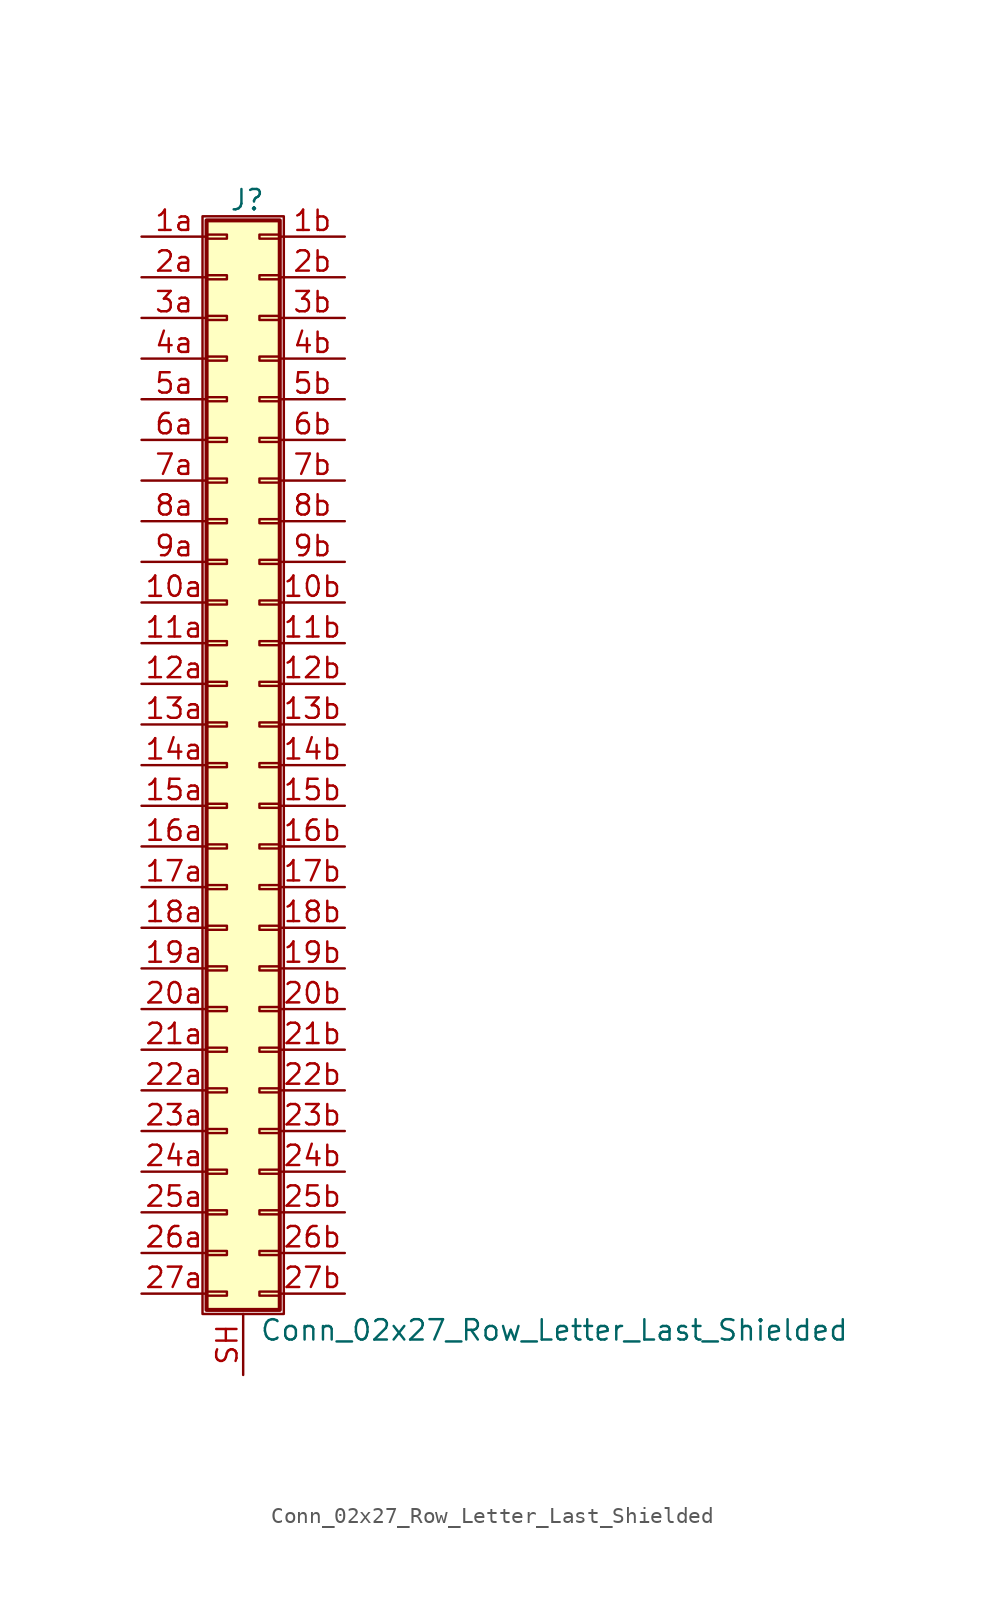
<source format=kicad_sym>
(kicad_symbol_lib
  (version 20211014)
  (generator kicad_symbol_editor)
  (symbol "Conn_02x27_Row_Letter_Last_Shielded"
    (pin_names
      (offset 1.016) hide)
    (property "Reference" "J"
      (at 1.524 35.306 0)
      (effects (font (size 1.27 1.27))))
    (property "Value" "Conn_02x27_Row_Letter_Last_Shielded"
      (at 2.286 -35.306 0)
      (effects (font (size 1.27 1.27)) (justify left)))
    (symbol "Conn_02x27_Row_Letter_Last_Shielded_1_1"
      (rectangle (start -1.27 34.29) (end 3.81 -34.29) (stroke (width 0.152) (type default) (color 0 0 0 0)) (fill (type none)))
      (rectangle (start -1.016 -32.893) (end 0.254 -33.147) (stroke (width 0.152) (type default) (color 0 0 0 0)) (fill (type none)))
      (rectangle (start -1.016 -30.353) (end 0.254 -30.607) (stroke (width 0.152) (type default) (color 0 0 0 0)) (fill (type none)))
      (rectangle (start -1.016 -27.813) (end 0.254 -28.067) (stroke (width 0.152) (type default) (color 0 0 0 0)) (fill (type none)))
      (rectangle (start -1.016 -25.273) (end 0.254 -25.527) (stroke (width 0.152) (type default) (color 0 0 0 0)) (fill (type none)))
      (rectangle (start -1.016 -22.733) (end 0.254 -22.987) (stroke (width 0.152) (type default) (color 0 0 0 0)) (fill (type none)))
      (rectangle (start -1.016 -20.193) (end 0.254 -20.447) (stroke (width 0.152) (type default) (color 0 0 0 0)) (fill (type none)))
      (rectangle (start -1.016 -17.653) (end 0.254 -17.907) (stroke (width 0.152) (type default) (color 0 0 0 0)) (fill (type none)))
      (rectangle (start -1.016 -15.113) (end 0.254 -15.367) (stroke (width 0.152) (type default) (color 0 0 0 0)) (fill (type none)))
      (rectangle (start -1.016 -12.573) (end 0.254 -12.827) (stroke (width 0.152) (type default) (color 0 0 0 0)) (fill (type none)))
      (rectangle (start -1.016 -10.033) (end 0.254 -10.287) (stroke (width 0.152) (type default) (color 0 0 0 0)) (fill (type none)))
      (rectangle (start -1.016 -7.493) (end 0.254 -7.747) (stroke (width 0.152) (type default) (color 0 0 0 0)) (fill (type none)))
      (rectangle (start -1.016 -4.953) (end 0.254 -5.207) (stroke (width 0.152) (type default) (color 0 0 0 0)) (fill (type none)))
      (rectangle (start -1.016 -2.413) (end 0.254 -2.667) (stroke (width 0.152) (type default) (color 0 0 0 0)) (fill (type none)))
      (rectangle (start -1.016 0.127) (end 0.254 -0.127) (stroke (width 0.152) (type default) (color 0 0 0 0)) (fill (type none)))
      (rectangle (start -1.016 2.667) (end 0.254 2.413) (stroke (width 0.152) (type default) (color 0 0 0 0)) (fill (type none)))
      (rectangle (start -1.016 5.207) (end 0.254 4.953) (stroke (width 0.152) (type default) (color 0 0 0 0)) (fill (type none)))
      (rectangle (start -1.016 7.747) (end 0.254 7.493) (stroke (width 0.152) (type default) (color 0 0 0 0)) (fill (type none)))
      (rectangle (start -1.016 10.287) (end 0.254 10.033) (stroke (width 0.152) (type default) (color 0 0 0 0)) (fill (type none)))
      (rectangle (start -1.016 12.827) (end 0.254 12.573) (stroke (width 0.152) (type default) (color 0 0 0 0)) (fill (type none)))
      (rectangle (start -1.016 15.367) (end 0.254 15.113) (stroke (width 0.152) (type default) (color 0 0 0 0)) (fill (type none)))
      (rectangle (start -1.016 17.907) (end 0.254 17.653) (stroke (width 0.152) (type default) (color 0 0 0 0)) (fill (type none)))
      (rectangle (start -1.016 20.447) (end 0.254 20.193) (stroke (width 0.152) (type default) (color 0 0 0 0)) (fill (type none)))
      (rectangle (start -1.016 22.987) (end 0.254 22.733) (stroke (width 0.152) (type default) (color 0 0 0 0)) (fill (type none)))
      (rectangle (start -1.016 25.527) (end 0.254 25.273) (stroke (width 0.152) (type default) (color 0 0 0 0)) (fill (type none)))
      (rectangle (start -1.016 28.067) (end 0.254 27.813) (stroke (width 0.152) (type default) (color 0 0 0 0)) (fill (type none)))
      (rectangle (start -1.016 30.607) (end 0.254 30.353) (stroke (width 0.152) (type default) (color 0 0 0 0)) (fill (type none)))
      (rectangle (start -1.016 33.147) (end 0.254 32.893) (stroke (width 0.152) (type default) (color 0 0 0 0)) (fill (type none)))
      (rectangle (start -1.016 34.036) (end 3.556 -34.036) (stroke (width 0.254) (type default) (color 0 0 0 0)) (fill (type background)))
      (rectangle (start 3.556 -32.893) (end 2.286 -33.147) (stroke (width 0.152) (type default) (color 0 0 0 0)) (fill (type none)))
      (rectangle (start 3.556 -30.353) (end 2.286 -30.607) (stroke (width 0.152) (type default) (color 0 0 0 0)) (fill (type none)))
      (rectangle (start 3.556 -27.813) (end 2.286 -28.067) (stroke (width 0.152) (type default) (color 0 0 0 0)) (fill (type none)))
      (rectangle (start 3.556 -25.273) (end 2.286 -25.527) (stroke (width 0.152) (type default) (color 0 0 0 0)) (fill (type none)))
      (rectangle (start 3.556 -22.733) (end 2.286 -22.987) (stroke (width 0.152) (type default) (color 0 0 0 0)) (fill (type none)))
      (rectangle (start 3.556 -20.193) (end 2.286 -20.447) (stroke (width 0.152) (type default) (color 0 0 0 0)) (fill (type none)))
      (rectangle (start 3.556 -17.653) (end 2.286 -17.907) (stroke (width 0.152) (type default) (color 0 0 0 0)) (fill (type none)))
      (rectangle (start 3.556 -15.113) (end 2.286 -15.367) (stroke (width 0.152) (type default) (color 0 0 0 0)) (fill (type none)))
      (rectangle (start 3.556 -12.573) (end 2.286 -12.827) (stroke (width 0.152) (type default) (color 0 0 0 0)) (fill (type none)))
      (rectangle (start 3.556 -10.033) (end 2.286 -10.287) (stroke (width 0.152) (type default) (color 0 0 0 0)) (fill (type none)))
      (rectangle (start 3.556 -7.493) (end 2.286 -7.747) (stroke (width 0.152) (type default) (color 0 0 0 0)) (fill (type none)))
      (rectangle (start 3.556 -4.953) (end 2.286 -5.207) (stroke (width 0.152) (type default) (color 0 0 0 0)) (fill (type none)))
      (rectangle (start 3.556 -2.413) (end 2.286 -2.667) (stroke (width 0.152) (type default) (color 0 0 0 0)) (fill (type none)))
      (rectangle (start 3.556 0.127) (end 2.286 -0.127) (stroke (width 0.152) (type default) (color 0 0 0 0)) (fill (type none)))
      (rectangle (start 3.556 2.667) (end 2.286 2.413) (stroke (width 0.152) (type default) (color 0 0 0 0)) (fill (type none)))
      (rectangle (start 3.556 5.207) (end 2.286 4.953) (stroke (width 0.152) (type default) (color 0 0 0 0)) (fill (type none)))
      (rectangle (start 3.556 7.747) (end 2.286 7.493) (stroke (width 0.152) (type default) (color 0 0 0 0)) (fill (type none)))
      (rectangle (start 3.556 10.287) (end 2.286 10.033) (stroke (width 0.152) (type default) (color 0 0 0 0)) (fill (type none)))
      (rectangle (start 3.556 12.827) (end 2.286 12.573) (stroke (width 0.152) (type default) (color 0 0 0 0)) (fill (type none)))
      (rectangle (start 3.556 15.367) (end 2.286 15.113) (stroke (width 0.152) (type default) (color 0 0 0 0)) (fill (type none)))
      (rectangle (start 3.556 17.907) (end 2.286 17.653) (stroke (width 0.152) (type default) (color 0 0 0 0)) (fill (type none)))
      (rectangle (start 3.556 20.447) (end 2.286 20.193) (stroke (width 0.152) (type default) (color 0 0 0 0)) (fill (type none)))
      (rectangle (start 3.556 22.987) (end 2.286 22.733) (stroke (width 0.152) (type default) (color 0 0 0 0)) (fill (type none)))
      (rectangle (start 3.556 25.527) (end 2.286 25.273) (stroke (width 0.152) (type default) (color 0 0 0 0)) (fill (type none)))
      (rectangle (start 3.556 28.067) (end 2.286 27.813) (stroke (width 0.152) (type default) (color 0 0 0 0)) (fill (type none)))
      (rectangle (start 3.556 30.607) (end 2.286 30.353) (stroke (width 0.152) (type default) (color 0 0 0 0)) (fill (type none)))
      (rectangle (start 3.556 33.147) (end 2.286 32.893) (stroke (width 0.152) (type default) (color 0 0 0 0)) (fill (type none)))
      (pin passive line (at -5.08 10.16 0) (length 4.064) (name "Pin_10a" (effects (font (size 1.27 1.27)))) (number "10a" (effects (font (size 1.27 1.27)))))
      (pin passive line (at 7.62 10.16 180) (length 4.064) (name "Pin_10b" (effects (font (size 1.27 1.27)))) (number "10b" (effects (font (size 1.27 1.27)))))
      (pin passive line (at -5.08 7.62 0) (length 4.064) (name "Pin_11a" (effects (font (size 1.27 1.27)))) (number "11a" (effects (font (size 1.27 1.27)))))
      (pin passive line (at 7.62 7.62 180) (length 4.064) (name "Pin_11b" (effects (font (size 1.27 1.27)))) (number "11b" (effects (font (size 1.27 1.27)))))
      (pin passive line (at -5.08 5.08 0) (length 4.064) (name "Pin_12a" (effects (font (size 1.27 1.27)))) (number "12a" (effects (font (size 1.27 1.27)))))
      (pin passive line (at 7.62 5.08 180) (length 4.064) (name "Pin_12b" (effects (font (size 1.27 1.27)))) (number "12b" (effects (font (size 1.27 1.27)))))
      (pin passive line (at -5.08 2.54 0) (length 4.064) (name "Pin_13a" (effects (font (size 1.27 1.27)))) (number "13a" (effects (font (size 1.27 1.27)))))
      (pin passive line (at 7.62 2.54 180) (length 4.064) (name "Pin_13b" (effects (font (size 1.27 1.27)))) (number "13b" (effects (font (size 1.27 1.27)))))
      (pin passive line (at -5.08 0 0) (length 4.064) (name "Pin_14a" (effects (font (size 1.27 1.27)))) (number "14a" (effects (font (size 1.27 1.27)))))
      (pin passive line (at 7.62 0 180) (length 4.064) (name "Pin_14b" (effects (font (size 1.27 1.27)))) (number "14b" (effects (font (size 1.27 1.27)))))
      (pin passive line (at -5.08 -2.54 0) (length 4.064) (name "Pin_15a" (effects (font (size 1.27 1.27)))) (number "15a" (effects (font (size 1.27 1.27)))))
      (pin passive line (at 7.62 -2.54 180) (length 4.064) (name "Pin_15b" (effects (font (size 1.27 1.27)))) (number "15b" (effects (font (size 1.27 1.27)))))
      (pin passive line (at -5.08 -5.08 0) (length 4.064) (name "Pin_16a" (effects (font (size 1.27 1.27)))) (number "16a" (effects (font (size 1.27 1.27)))))
      (pin passive line (at 7.62 -5.08 180) (length 4.064) (name "Pin_16b" (effects (font (size 1.27 1.27)))) (number "16b" (effects (font (size 1.27 1.27)))))
      (pin passive line (at -5.08 -7.62 0) (length 4.064) (name "Pin_17a" (effects (font (size 1.27 1.27)))) (number "17a" (effects (font (size 1.27 1.27)))))
      (pin passive line (at 7.62 -7.62 180) (length 4.064) (name "Pin_17b" (effects (font (size 1.27 1.27)))) (number "17b" (effects (font (size 1.27 1.27)))))
      (pin passive line (at -5.08 -10.16 0) (length 4.064) (name "Pin_18a" (effects (font (size 1.27 1.27)))) (number "18a" (effects (font (size 1.27 1.27)))))
      (pin passive line (at 7.62 -10.16 180) (length 4.064) (name "Pin_18b" (effects (font (size 1.27 1.27)))) (number "18b" (effects (font (size 1.27 1.27)))))
      (pin passive line (at -5.08 -12.7 0) (length 4.064) (name "Pin_19a" (effects (font (size 1.27 1.27)))) (number "19a" (effects (font (size 1.27 1.27)))))
      (pin passive line (at 7.62 -12.7 180) (length 4.064) (name "Pin_19b" (effects (font (size 1.27 1.27)))) (number "19b" (effects (font (size 1.27 1.27)))))
      (pin passive line (at -5.08 33.02 0) (length 4.064) (name "Pin_1a" (effects (font (size 1.27 1.27)))) (number "1a" (effects (font (size 1.27 1.27)))))
      (pin passive line (at 7.62 33.02 180) (length 4.064) (name "Pin_1b" (effects (font (size 1.27 1.27)))) (number "1b" (effects (font (size 1.27 1.27)))))
      (pin passive line (at -5.08 -15.24 0) (length 4.064) (name "Pin_20a" (effects (font (size 1.27 1.27)))) (number "20a" (effects (font (size 1.27 1.27)))))
      (pin passive line (at 7.62 -15.24 180) (length 4.064) (name "Pin_20b" (effects (font (size 1.27 1.27)))) (number "20b" (effects (font (size 1.27 1.27)))))
      (pin passive line (at -5.08 -17.78 0) (length 4.064) (name "Pin_21a" (effects (font (size 1.27 1.27)))) (number "21a" (effects (font (size 1.27 1.27)))))
      (pin passive line (at 7.62 -17.78 180) (length 4.064) (name "Pin_21b" (effects (font (size 1.27 1.27)))) (number "21b" (effects (font (size 1.27 1.27)))))
      (pin passive line (at -5.08 -20.32 0) (length 4.064) (name "Pin_22a" (effects (font (size 1.27 1.27)))) (number "22a" (effects (font (size 1.27 1.27)))))
      (pin passive line (at 7.62 -20.32 180) (length 4.064) (name "Pin_22b" (effects (font (size 1.27 1.27)))) (number "22b" (effects (font (size 1.27 1.27)))))
      (pin passive line (at -5.08 -22.86 0) (length 4.064) (name "Pin_23a" (effects (font (size 1.27 1.27)))) (number "23a" (effects (font (size 1.27 1.27)))))
      (pin passive line (at 7.62 -22.86 180) (length 4.064) (name "Pin_23b" (effects (font (size 1.27 1.27)))) (number "23b" (effects (font (size 1.27 1.27)))))
      (pin passive line (at -5.08 -25.4 0) (length 4.064) (name "Pin_24a" (effects (font (size 1.27 1.27)))) (number "24a" (effects (font (size 1.27 1.27)))))
      (pin passive line (at 7.62 -25.4 180) (length 4.064) (name "Pin_24b" (effects (font (size 1.27 1.27)))) (number "24b" (effects (font (size 1.27 1.27)))))
      (pin passive line (at -5.08 -27.94 0) (length 4.064) (name "Pin_25a" (effects (font (size 1.27 1.27)))) (number "25a" (effects (font (size 1.27 1.27)))))
      (pin passive line (at 7.62 -27.94 180) (length 4.064) (name "Pin_25b" (effects (font (size 1.27 1.27)))) (number "25b" (effects (font (size 1.27 1.27)))))
      (pin passive line (at -5.08 -30.48 0) (length 4.064) (name "Pin_26a" (effects (font (size 1.27 1.27)))) (number "26a" (effects (font (size 1.27 1.27)))))
      (pin passive line (at 7.62 -30.48 180) (length 4.064) (name "Pin_26b" (effects (font (size 1.27 1.27)))) (number "26b" (effects (font (size 1.27 1.27)))))
      (pin passive line (at -5.08 -33.02 0) (length 4.064) (name "Pin_27a" (effects (font (size 1.27 1.27)))) (number "27a" (effects (font (size 1.27 1.27)))))
      (pin passive line (at 7.62 -33.02 180) (length 4.064) (name "Pin_27b" (effects (font (size 1.27 1.27)))) (number "27b" (effects (font (size 1.27 1.27)))))
      (pin passive line (at -5.08 30.48 0) (length 4.064) (name "Pin_2a" (effects (font (size 1.27 1.27)))) (number "2a" (effects (font (size 1.27 1.27)))))
      (pin passive line (at 7.62 30.48 180) (length 4.064) (name "Pin_2b" (effects (font (size 1.27 1.27)))) (number "2b" (effects (font (size 1.27 1.27)))))
      (pin passive line (at -5.08 27.94 0) (length 4.064) (name "Pin_3a" (effects (font (size 1.27 1.27)))) (number "3a" (effects (font (size 1.27 1.27)))))
      (pin passive line (at 7.62 27.94 180) (length 4.064) (name "Pin_3b" (effects (font (size 1.27 1.27)))) (number "3b" (effects (font (size 1.27 1.27)))))
      (pin passive line (at -5.08 25.4 0) (length 4.064) (name "Pin_4a" (effects (font (size 1.27 1.27)))) (number "4a" (effects (font (size 1.27 1.27)))))
      (pin passive line (at 7.62 25.4 180) (length 4.064) (name "Pin_4b" (effects (font (size 1.27 1.27)))) (number "4b" (effects (font (size 1.27 1.27)))))
      (pin passive line (at -5.08 22.86 0) (length 4.064) (name "Pin_5a" (effects (font (size 1.27 1.27)))) (number "5a" (effects (font (size 1.27 1.27)))))
      (pin passive line (at 7.62 22.86 180) (length 4.064) (name "Pin_5b" (effects (font (size 1.27 1.27)))) (number "5b" (effects (font (size 1.27 1.27)))))
      (pin passive line (at -5.08 20.32 0) (length 4.064) (name "Pin_6a" (effects (font (size 1.27 1.27)))) (number "6a" (effects (font (size 1.27 1.27)))))
      (pin passive line (at 7.62 20.32 180) (length 4.064) (name "Pin_6b" (effects (font (size 1.27 1.27)))) (number "6b" (effects (font (size 1.27 1.27)))))
      (pin passive line (at -5.08 17.78 0) (length 4.064) (name "Pin_7a" (effects (font (size 1.27 1.27)))) (number "7a" (effects (font (size 1.27 1.27)))))
      (pin passive line (at 7.62 17.78 180) (length 4.064) (name "Pin_7b" (effects (font (size 1.27 1.27)))) (number "7b" (effects (font (size 1.27 1.27)))))
      (pin passive line (at -5.08 15.24 0) (length 4.064) (name "Pin_8a" (effects (font (size 1.27 1.27)))) (number "8a" (effects (font (size 1.27 1.27)))))
      (pin passive line (at 7.62 15.24 180) (length 4.064) (name "Pin_8b" (effects (font (size 1.27 1.27)))) (number "8b" (effects (font (size 1.27 1.27)))))
      (pin passive line (at -5.08 12.7 0) (length 4.064) (name "Pin_9a" (effects (font (size 1.27 1.27)))) (number "9a" (effects (font (size 1.27 1.27)))))
      (pin passive line (at 7.62 12.7 180) (length 4.064) (name "Pin_9b" (effects (font (size 1.27 1.27)))) (number "9b" (effects (font (size 1.27 1.27)))))
      (pin passive line (at 1.27 -38.1 90) (length 3.81) (name "Shield" (effects (font (size 1.27 1.27)))) (number "SH" (effects (font (size 1.27 1.27))))))))
</source>
